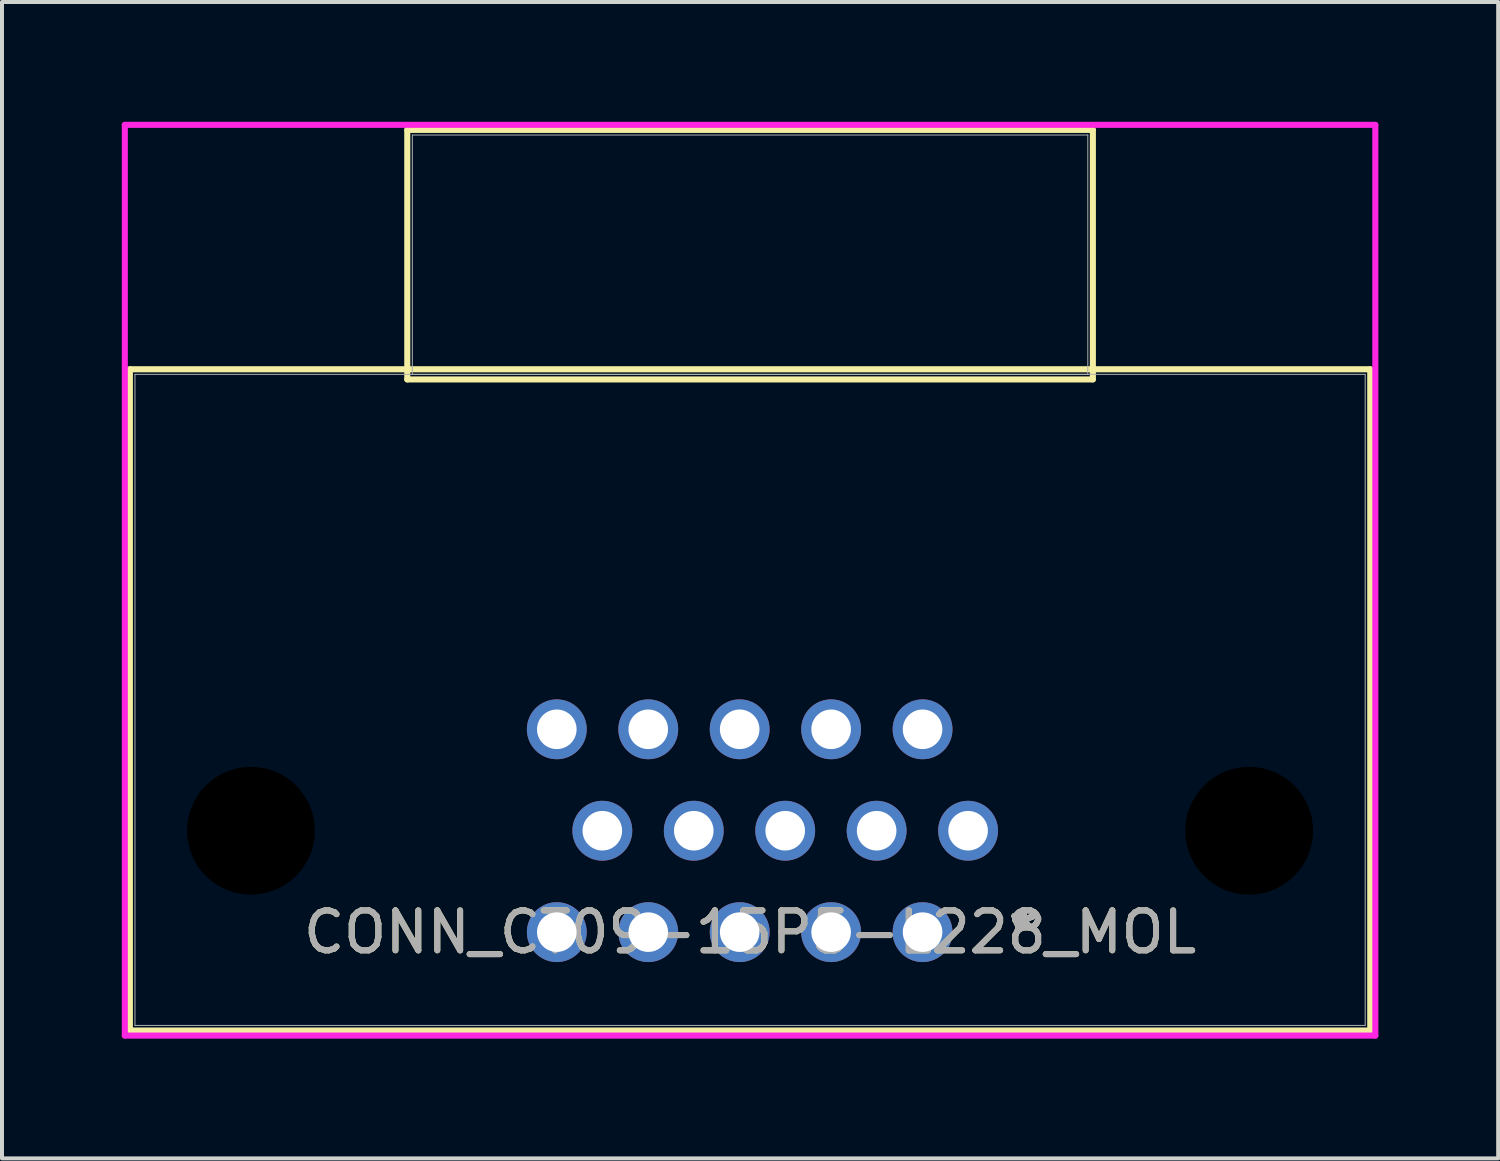
<source format=kicad_pcb>
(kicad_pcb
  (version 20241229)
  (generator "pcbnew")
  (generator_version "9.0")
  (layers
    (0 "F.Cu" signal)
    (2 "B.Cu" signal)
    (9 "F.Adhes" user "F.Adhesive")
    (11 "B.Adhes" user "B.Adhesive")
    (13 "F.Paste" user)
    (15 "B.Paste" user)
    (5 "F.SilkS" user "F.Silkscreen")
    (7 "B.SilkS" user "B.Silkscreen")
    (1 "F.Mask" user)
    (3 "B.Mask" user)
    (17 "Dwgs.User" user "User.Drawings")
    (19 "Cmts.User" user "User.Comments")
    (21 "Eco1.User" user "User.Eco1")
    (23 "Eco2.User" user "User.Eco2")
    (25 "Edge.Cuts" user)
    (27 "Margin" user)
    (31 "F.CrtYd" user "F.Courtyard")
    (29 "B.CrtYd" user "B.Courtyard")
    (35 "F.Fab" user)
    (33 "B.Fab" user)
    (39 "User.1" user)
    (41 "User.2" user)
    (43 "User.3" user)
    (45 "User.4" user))
  (footprint "CONN_CT09-15P5-L228_MOL"
    (layer "F.Cu")
    (at 20.055 20.295)
    (property "Reference" "CONN_CT09-15P5-L228_MOL" (at -4.32 0 0) (unlocked yes) (layer "F.SilkS") (effects (font (size 1 1) (thickness 0.15))))
    (attr through_hole)
    (fp_line (start -19.852 -14.097) (end -19.852 2.464) (stroke (width 0.152) (type solid)) (layer "F.SilkS"))
    (fp_line (start -19.852 2.464) (end 11.212 2.464) (stroke (width 0.152) (type solid)) (layer "F.SilkS"))
    (fp_line (start -12.905 -20.091) (end -12.905 -13.843) (stroke (width 0.152) (type solid)) (layer "F.SilkS"))
    (fp_line (start -12.905 -13.843) (end 4.265 -13.843) (stroke (width 0.152) (type solid)) (layer "F.SilkS"))
    (fp_line (start 4.265 -20.091) (end -12.905 -20.091) (stroke (width 0.152) (type solid)) (layer "F.SilkS"))
    (fp_line (start 4.265 -13.843) (end 4.265 -20.091) (stroke (width 0.152) (type solid)) (layer "F.SilkS"))
    (fp_line (start 11.212 -14.097) (end -19.852 -14.097) (stroke (width 0.152) (type solid)) (layer "F.SilkS"))
    (fp_line (start 11.212 2.464) (end 11.212 -14.097) (stroke (width 0.152) (type solid)) (layer "F.SilkS"))
    (fp_line (start -19.979 -20.218) (end -19.979 2.591) (stroke (width 0.152) (type solid)) (layer "F.CrtYd"))
    (fp_line (start -19.979 2.591) (end 11.339 2.591) (stroke (width 0.152) (type solid)) (layer "F.CrtYd"))
    (fp_line (start 11.339 -20.218) (end -19.979 -20.218) (stroke (width 0.152) (type solid)) (layer "F.CrtYd"))
    (fp_line (start 11.339 2.591) (end 11.339 -20.218) (stroke (width 0.152) (type solid)) (layer "F.CrtYd"))
    (fp_line (start -19.725 -13.97) (end -19.725 2.337) (stroke (width 0.025) (type solid)) (layer "F.Fab"))
    (fp_line (start -19.725 2.337) (end 11.085 2.337) (stroke (width 0.025) (type solid)) (layer "F.Fab"))
    (fp_line (start -12.778 -19.964) (end -12.778 -13.97) (stroke (width 0.025) (type solid)) (layer "F.Fab"))
    (fp_line (start -12.778 -13.97) (end 4.138 -13.97) (stroke (width 0.025) (type solid)) (layer "F.Fab"))
    (fp_line (start 4.138 -19.964) (end -12.778 -19.964) (stroke (width 0.025) (type solid)) (layer "F.Fab"))
    (fp_line (start 4.138 -13.97) (end 4.138 -19.964) (stroke (width 0.025) (type solid)) (layer "F.Fab"))
    (fp_line (start 11.085 -13.97) (end -19.725 -13.97) (stroke (width 0.025) (type solid)) (layer "F.Fab"))
    (fp_line (start 11.085 2.337) (end 11.085 -13.97) (stroke (width 0.025) (type solid)) (layer "F.Fab"))
    (fp_text user "*" (at 2.54 0 0) (layer "F.SilkS") (effects (font (size 1 1) (thickness 0.15))))
    (fp_text user "*" (at 2.54 0 0) (unlocked yes) (layer "F.SilkS") (effects (font (size 1 1) (thickness 0.15))))
    (fp_text user "*" (at 2.54 0 0) (unlocked yes) (layer "F.Fab") (effects (font (size 1 1) (thickness 0.15))))
    (fp_text user "${REFERENCE}" (at -4.32 0 0) (unlocked yes) (layer "F.Fab") (effects (font (size 1 1) (thickness 0.15))))
    (fp_text user "*" (at 2.54 0 0) (layer "F.Fab") (effects (font (size 1 1) (thickness 0.15))))
    (pad "" np_thru_hole circle (at -16.82 -2.54) (size 3.2 3.2) (drill 3.2) (layers))
    (pad "" np_thru_hole circle (at 8.18 -2.54) (size 3.2 3.2) (drill 3.2) (layers))
    (pad "1" thru_hole circle (at 0 0) (size 1.499 1.499) (drill 0.991) (layers "*.Cu" "*.Mask"))
    (pad "2" thru_hole circle (at -2.29 0) (size 1.499 1.499) (drill 0.991) (layers "*.Cu" "*.Mask"))
    (pad "3" thru_hole circle (at -4.58 0) (size 1.499 1.499) (drill 0.991) (layers "*.Cu" "*.Mask"))
    (pad "4" thru_hole circle (at -6.87 0) (size 1.499 1.499) (drill 0.991) (layers "*.Cu" "*.Mask"))
    (pad "5" thru_hole circle (at -9.16 0) (size 1.499 1.499) (drill 0.991) (layers "*.Cu" "*.Mask"))
    (pad "6" thru_hole circle (at 1.14 -2.54) (size 1.499 1.499) (drill 0.991) (layers "*.Cu" "*.Mask"))
    (pad "7" thru_hole circle (at -1.15 -2.54) (size 1.499 1.499) (drill 0.991) (layers "*.Cu" "*.Mask"))
    (pad "8" thru_hole circle (at -3.44 -2.54) (size 1.499 1.499) (drill 0.991) (layers "*.Cu" "*.Mask"))
    (pad "9" thru_hole circle (at -5.73 -2.54) (size 1.499 1.499) (drill 0.991) (layers "*.Cu" "*.Mask"))
    (pad "10" thru_hole circle (at -8.02 -2.54) (size 1.499 1.499) (drill 0.991) (layers "*.Cu" "*.Mask"))
    (pad "11" thru_hole circle (at 0 -5.08) (size 1.499 1.499) (drill 0.991) (layers "*.Cu" "*.Mask"))
    (pad "12" thru_hole circle (at -2.29 -5.08) (size 1.499 1.499) (drill 0.991) (layers "*.Cu" "*.Mask"))
    (pad "13" thru_hole circle (at -4.58 -5.08) (size 1.499 1.499) (drill 0.991) (layers "*.Cu" "*.Mask"))
    (pad "14" thru_hole circle (at -6.87 -5.08) (size 1.499 1.499) (drill 0.991) (layers "*.Cu" "*.Mask"))
    (pad "15" thru_hole circle (at -9.16 -5.08) (size 1.499 1.499) (drill 0.991) (layers "*.Cu" "*.Mask")))
  (gr_rect
    (start -3 -3)
    (end 34.471 25.962)
    (stroke (width 0.1) (type default))
    (fill no)
    (layer "Edge.Cuts")))
</source>
